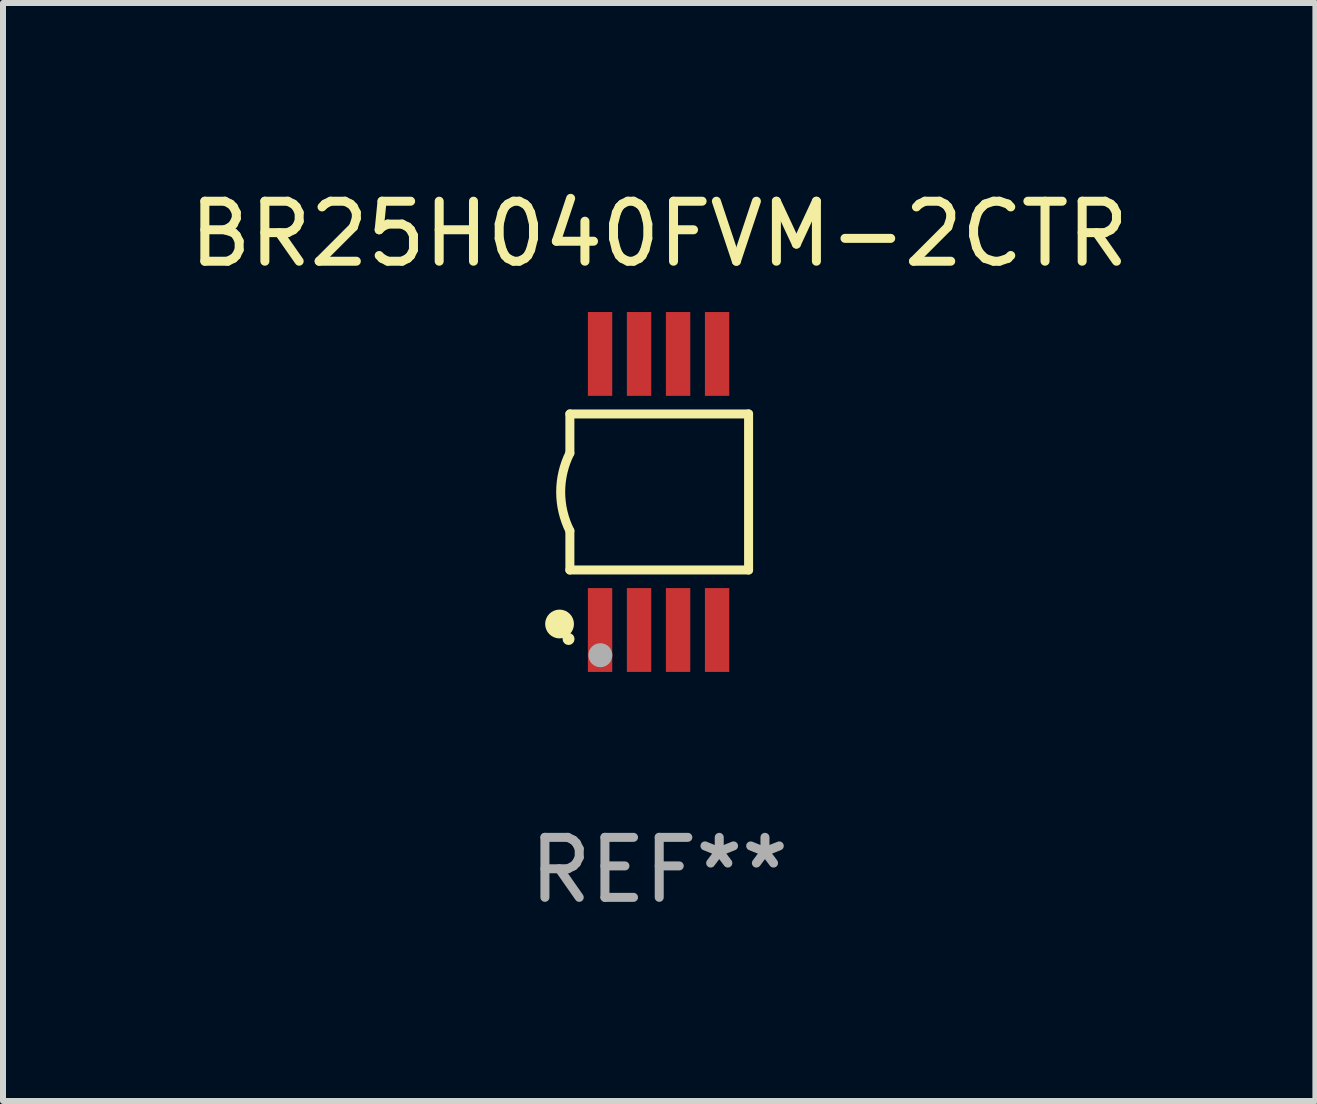
<source format=kicad_pcb>
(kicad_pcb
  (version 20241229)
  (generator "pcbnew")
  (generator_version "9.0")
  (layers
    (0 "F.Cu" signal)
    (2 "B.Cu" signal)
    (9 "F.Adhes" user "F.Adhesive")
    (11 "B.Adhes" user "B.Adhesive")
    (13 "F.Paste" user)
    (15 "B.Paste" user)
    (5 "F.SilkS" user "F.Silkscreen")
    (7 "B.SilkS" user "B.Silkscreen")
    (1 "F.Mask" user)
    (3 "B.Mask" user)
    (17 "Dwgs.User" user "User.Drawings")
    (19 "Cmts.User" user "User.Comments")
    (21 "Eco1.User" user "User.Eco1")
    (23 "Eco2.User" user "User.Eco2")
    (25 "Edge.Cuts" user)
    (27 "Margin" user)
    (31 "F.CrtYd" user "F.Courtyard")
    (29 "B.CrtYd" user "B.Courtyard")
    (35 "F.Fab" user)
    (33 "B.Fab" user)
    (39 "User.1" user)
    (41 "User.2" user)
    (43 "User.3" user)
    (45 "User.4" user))
  (footprint "BR25H040FVM-2CTR"
    (layer "F.Cu")
    (at 7.935 5.148)
    (property "Reference" "BR25H040FVM-2CTR" (at 0 -4.3 0) (layer "F.SilkS") (effects (font (size 1 1) (thickness 0.15))))
    (attr through_hole)
    (fp_line (start -1.489 -1.3) (end -1.489 -0.648) (stroke (width 0.15) (type solid)) (layer "F.SilkS"))
    (fp_line (start -1.489 0.648) (end -1.489 1.3) (stroke (width 0.15) (type solid)) (layer "F.SilkS"))
    (fp_line (start -1.489 1.3) (end 1.489 1.3) (stroke (width 0.15) (type solid)) (layer "F.SilkS"))
    (fp_line (start 1.489 -1.3) (end -1.489 -1.3) (stroke (width 0.15) (type solid)) (layer "F.SilkS"))
    (fp_line (start 1.489 1.3) (end 1.489 -1.3) (stroke (width 0.15) (type solid)) (layer "F.SilkS"))
    (fp_arc (start -1.489205 0.647702) (mid -1.642107 0) (end -1.489205 -0.647701) (stroke (width 0.150013) (type solid)) (layer "F.SilkS"))
    (fp_circle (center -1.661 2.2) (end -1.541 2.2) (stroke (width 0.24) (type solid)) (fill no) (layer "F.SilkS"))
    (fp_circle (center -1.511 2.45) (end -1.461 2.45) (stroke (width 0.1) (type solid)) (fill no) (layer "F.SilkS"))
    (fp_circle (center -0.981 2.72) (end -0.881 2.72) (stroke (width 0.2) (type solid)) (fill no) (layer "F.Fab"))
    (fp_text user "REF**" (at 0 6.3 0) (layer "F.Fab") (effects (font (size 1 1) (thickness 0.15))))
    (pad "1" smd rect (at -0.986 2.3) (size 0.406 1.397) (layers "F.Cu" "F.Mask" "F.Paste"))
    (pad "2" smd rect (at -0.336 2.3) (size 0.406 1.397) (layers "F.Cu" "F.Mask" "F.Paste"))
    (pad "3" smd rect (at 0.314 2.3) (size 0.406 1.397) (layers "F.Cu" "F.Mask" "F.Paste"))
    (pad "4" smd rect (at 0.964 2.3) (size 0.406 1.397) (layers "F.Cu" "F.Mask" "F.Paste"))
    (pad "5" smd rect (at 0.964 -2.3) (size 0.406 1.397) (layers "F.Cu" "F.Mask" "F.Paste"))
    (pad "6" smd rect (at 0.314 -2.3) (size 0.406 1.397) (layers "F.Cu" "F.Mask" "F.Paste"))
    (pad "7" smd rect (at -0.336 -2.3) (size 0.406 1.397) (layers "F.Cu" "F.Mask" "F.Paste"))
    (pad "8" smd rect (at -0.986 -2.3) (size 0.406 1.397) (layers "F.Cu" "F.Mask" "F.Paste")))
  (gr_rect
    (start -3 -3)
    (end 18.869 15.296)
    (stroke (width 0.1) (type default))
    (fill no)
    (layer "Edge.Cuts")))
</source>
